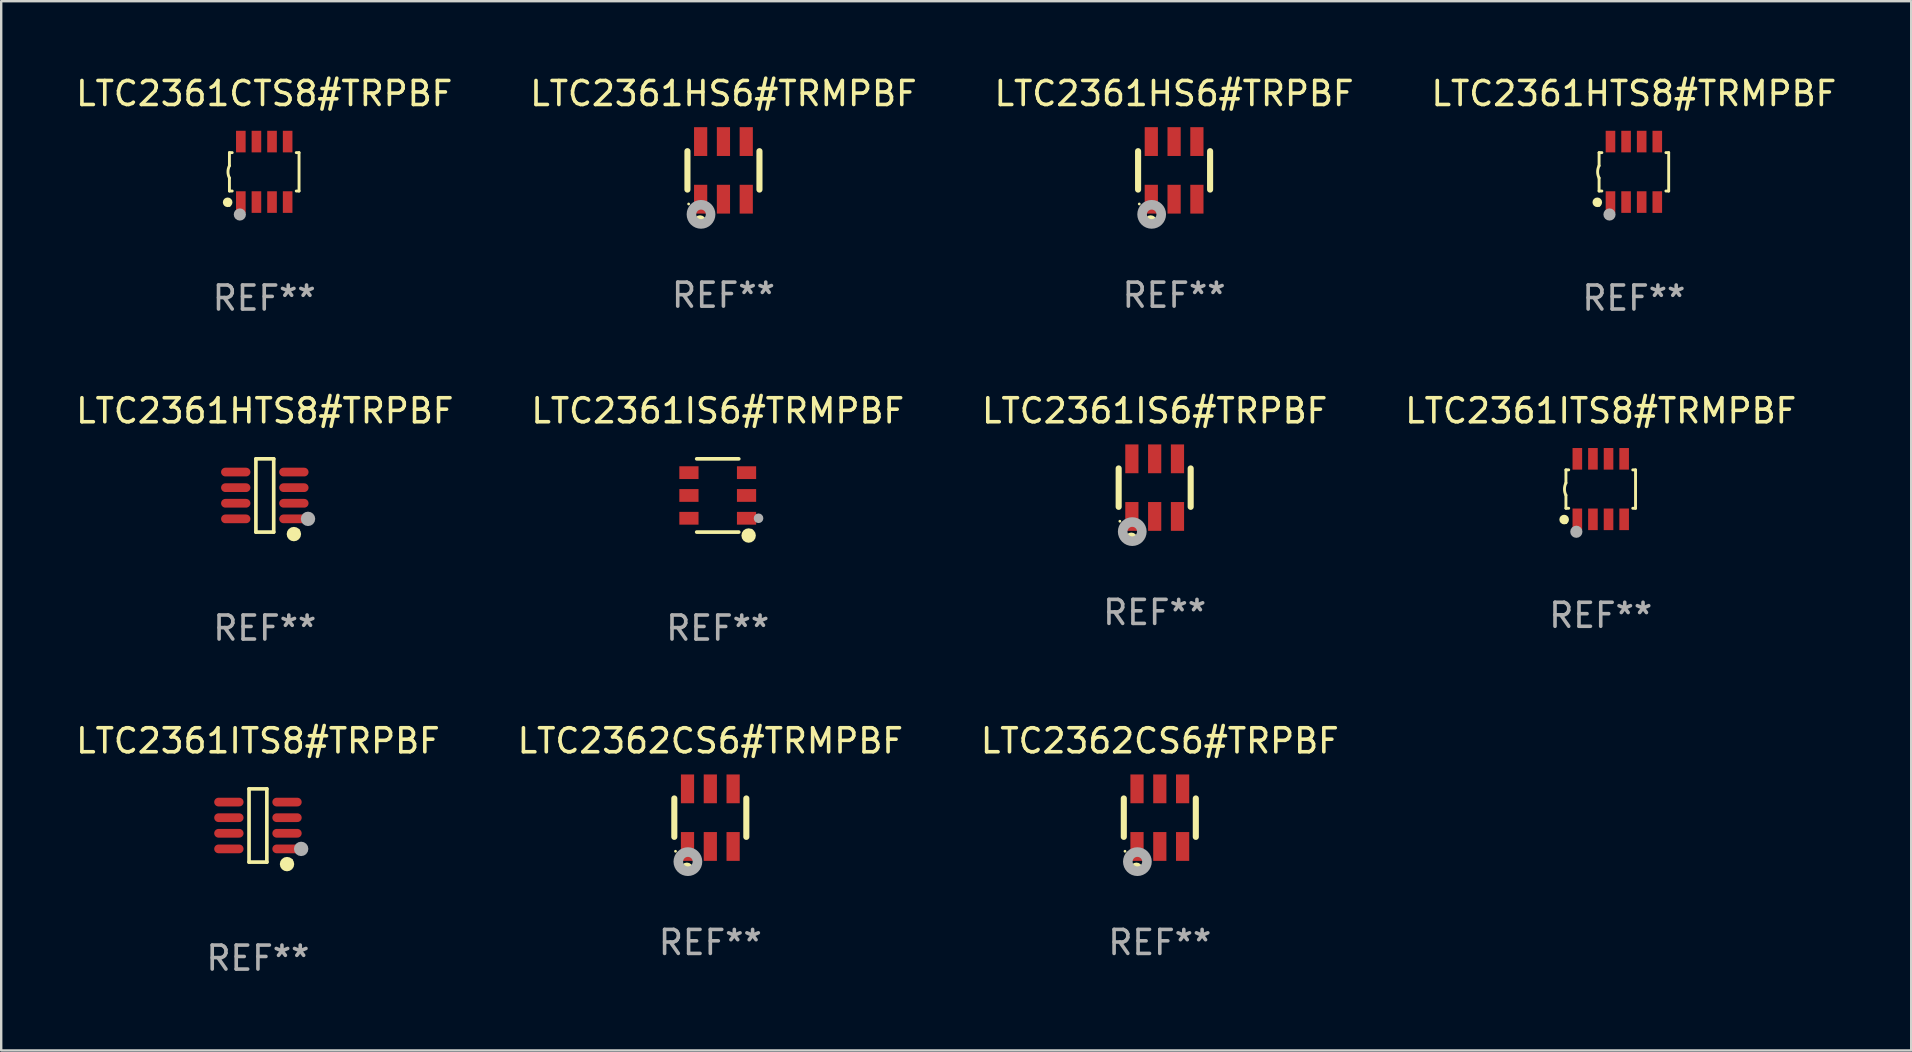
<source format=kicad_pcb>
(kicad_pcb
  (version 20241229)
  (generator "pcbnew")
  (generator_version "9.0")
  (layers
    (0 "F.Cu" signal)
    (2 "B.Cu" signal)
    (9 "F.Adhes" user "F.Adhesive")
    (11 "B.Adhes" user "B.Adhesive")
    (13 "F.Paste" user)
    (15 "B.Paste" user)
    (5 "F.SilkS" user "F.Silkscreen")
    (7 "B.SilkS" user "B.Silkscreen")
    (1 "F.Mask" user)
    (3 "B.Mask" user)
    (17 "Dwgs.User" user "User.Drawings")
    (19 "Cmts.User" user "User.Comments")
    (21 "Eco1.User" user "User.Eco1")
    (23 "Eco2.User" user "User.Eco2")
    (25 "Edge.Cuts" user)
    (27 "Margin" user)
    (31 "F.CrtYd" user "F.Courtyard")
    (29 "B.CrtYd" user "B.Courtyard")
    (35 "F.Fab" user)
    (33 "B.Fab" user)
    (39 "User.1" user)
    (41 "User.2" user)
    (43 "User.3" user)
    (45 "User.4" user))
  (footprint "LTC2361IS6#TRPBF"
    (layer "F.Cu")
    (at 45.054 17.265)
    (property "Reference" "LTC2361IS6#TRPBF" (at 0 -3.2 0) (layer "F.SilkS") (effects (font (size 1 1) (thickness 0.15))))
    (attr through_hole)
    (fp_line (start -1.5 0.8) (end -1.5 -0.8) (stroke (width 0.254) (type solid)) (layer "F.SilkS"))
    (fp_line (start 1.5 -0.8) (end 1.5 0.8) (stroke (width 0.254) (type solid)) (layer "F.SilkS"))
    (fp_circle (center -1.45 1.4) (end -1.42 1.4) (stroke (width 0.06) (type solid)) (fill no) (layer "F.SilkS"))
    (fp_circle (center -0.975 2.125) (end -0.848 2.125) (stroke (width 0.254) (type solid)) (fill no) (layer "F.SilkS"))
    (fp_circle (center -0.934 1.832) (end -0.735 1.832) (stroke (width 0.4) (type solid)) (fill no) (layer "F.Fab"))
    (fp_text user "REF**" (at 0 5.2 0) (layer "F.Fab") (effects (font (size 1 1) (thickness 0.15))))
    (pad "1" smd rect (at -0.95 1.2) (size 0.55 1.2) (layers "F.Cu" "F.Mask" "F.Paste"))
    (pad "2" smd rect (at 0 1.2) (size 0.55 1.2) (layers "F.Cu" "F.Mask" "F.Paste"))
    (pad "3" smd rect (at 0.95 1.2) (size 0.55 1.2) (layers "F.Cu" "F.Mask" "F.Paste"))
    (pad "4" smd rect (at 0.95 -1.2) (size 0.55 1.2) (layers "F.Cu" "F.Mask" "F.Paste"))
    (pad "5" smd rect (at 0 -1.2) (size 0.55 1.2) (layers "F.Cu" "F.Mask" "F.Paste"))
    (pad "6" smd rect (at -0.95 -1.2) (size 0.55 1.2) (layers "F.Cu" "F.Mask" "F.Paste")))
  (footprint "LTC2361HS6#TRPBF"
    (layer "F.Cu")
    (at 45.863 4.048)
    (property "Reference" "LTC2361HS6#TRPBF" (at 0 -3.2 0) (layer "F.SilkS") (effects (font (size 1 1) (thickness 0.15))))
    (attr through_hole)
    (fp_line (start -1.5 0.8) (end -1.5 -0.8) (stroke (width 0.254) (type solid)) (layer "F.SilkS"))
    (fp_line (start 1.5 -0.8) (end 1.5 0.8) (stroke (width 0.254) (type solid)) (layer "F.SilkS"))
    (fp_circle (center -1.45 1.4) (end -1.42 1.4) (stroke (width 0.06) (type solid)) (fill no) (layer "F.SilkS"))
    (fp_circle (center -0.975 2.125) (end -0.848 2.125) (stroke (width 0.254) (type solid)) (fill no) (layer "F.SilkS"))
    (fp_circle (center -0.934 1.832) (end -0.735 1.832) (stroke (width 0.4) (type solid)) (fill no) (layer "F.Fab"))
    (fp_text user "REF**" (at 0 5.2 0) (layer "F.Fab") (effects (font (size 1 1) (thickness 0.15))))
    (pad "1" smd rect (at -0.95 1.2) (size 0.55 1.2) (layers "F.Cu" "F.Mask" "F.Paste"))
    (pad "2" smd rect (at 0 1.2) (size 0.55 1.2) (layers "F.Cu" "F.Mask" "F.Paste"))
    (pad "3" smd rect (at 0.95 1.2) (size 0.55 1.2) (layers "F.Cu" "F.Mask" "F.Paste"))
    (pad "4" smd rect (at 0.95 -1.2) (size 0.55 1.2) (layers "F.Cu" "F.Mask" "F.Paste"))
    (pad "5" smd rect (at 0 -1.2) (size 0.55 1.2) (layers "F.Cu" "F.Mask" "F.Paste"))
    (pad "6" smd rect (at -0.95 -1.2) (size 0.55 1.2) (layers "F.Cu" "F.Mask" "F.Paste")))
  (footprint "LTC2362CS6#TRMPBF"
    (layer "F.Cu")
    (at 26.542 31.014)
    (property "Reference" "LTC2362CS6#TRMPBF" (at 0 -3.2 0) (layer "F.SilkS") (effects (font (size 1 1) (thickness 0.15))))
    (attr through_hole)
    (fp_line (start -1.5 0.8) (end -1.5 -0.8) (stroke (width 0.254) (type solid)) (layer "F.SilkS"))
    (fp_line (start 1.5 -0.8) (end 1.5 0.8) (stroke (width 0.254) (type solid)) (layer "F.SilkS"))
    (fp_circle (center -1.45 1.4) (end -1.42 1.4) (stroke (width 0.06) (type solid)) (fill no) (layer "F.SilkS"))
    (fp_circle (center -0.975 2.125) (end -0.848 2.125) (stroke (width 0.254) (type solid)) (fill no) (layer "F.SilkS"))
    (fp_circle (center -0.934 1.832) (end -0.735 1.832) (stroke (width 0.4) (type solid)) (fill no) (layer "F.Fab"))
    (fp_text user "REF**" (at 0 5.2 0) (layer "F.Fab") (effects (font (size 1 1) (thickness 0.15))))
    (pad "1" smd rect (at -0.95 1.2) (size 0.55 1.2) (layers "F.Cu" "F.Mask" "F.Paste"))
    (pad "2" smd rect (at 0 1.2) (size 0.55 1.2) (layers "F.Cu" "F.Mask" "F.Paste"))
    (pad "3" smd rect (at 0.95 1.2) (size 0.55 1.2) (layers "F.Cu" "F.Mask" "F.Paste"))
    (pad "4" smd rect (at 0.95 -1.2) (size 0.55 1.2) (layers "F.Cu" "F.Mask" "F.Paste"))
    (pad "5" smd rect (at 0 -1.2) (size 0.55 1.2) (layers "F.Cu" "F.Mask" "F.Paste"))
    (pad "6" smd rect (at -0.95 -1.2) (size 0.55 1.2) (layers "F.Cu" "F.Mask" "F.Paste")))
  (footprint "LTC2361ITS8#TRPBF"
    (layer "F.Cu")
    (at 7.696 31.34)
    (property "Reference" "LTC2361ITS8#TRPBF" (at 0 -3.526 0) (layer "F.SilkS") (effects (font (size 1 1) (thickness 0.15))))
    (attr through_hole)
    (fp_line (start -0.371 -1.526) (end 0.371 -1.526) (stroke (width 0.152) (type solid)) (layer "F.SilkS"))
    (fp_line (start -0.371 1.526) (end -0.371 -1.526) (stroke (width 0.152) (type solid)) (layer "F.SilkS"))
    (fp_line (start 0.371 -1.526) (end 0.371 1.526) (stroke (width 0.152) (type solid)) (layer "F.SilkS"))
    (fp_line (start 0.371 1.526) (end -0.371 1.526) (stroke (width 0.152) (type solid)) (layer "F.SilkS"))
    (fp_circle (center 1.211 1.609) (end 1.361 1.609) (stroke (width 0.3) (type solid)) (fill no) (layer "F.SilkS"))
    (fp_circle (center 1.4 1.45) (end 1.43 1.45) (stroke (width 0.06) (type solid)) (fill no) (layer "F.SilkS"))
    (fp_circle (center 1.8 0.975) (end 1.95 0.975) (stroke (width 0.3) (type solid)) (fill no) (layer "F.Fab"))
    (fp_text user "REF**" (at 0 5.526 0) (layer "F.Fab") (effects (font (size 1 1) (thickness 0.15))))
    (pad "1" smd oval (at 1.211 0.975) (size 1.222 0.364) (layers "F.Cu" "F.Mask" "F.Paste"))
    (pad "2" smd oval (at 1.211 0.325) (size 1.222 0.364) (layers "F.Cu" "F.Mask" "F.Paste"))
    (pad "3" smd oval (at 1.211 -0.325) (size 1.222 0.364) (layers "F.Cu" "F.Mask" "F.Paste"))
    (pad "4" smd oval (at 1.211 -0.975) (size 1.222 0.364) (layers "F.Cu" "F.Mask" "F.Paste"))
    (pad "5" smd oval (at -1.211 -0.975) (size 1.222 0.364) (layers "F.Cu" "F.Mask" "F.Paste"))
    (pad "6" smd oval (at -1.211 -0.325) (size 1.222 0.364) (layers "F.Cu" "F.Mask" "F.Paste"))
    (pad "7" smd oval (at -1.211 0.325) (size 1.222 0.364) (layers "F.Cu" "F.Mask" "F.Paste"))
    (pad "8" smd oval (at -1.211 0.975) (size 1.222 0.364) (layers "F.Cu" "F.Mask" "F.Paste")))
  (footprint "LTC2362CS6#TRPBF"
    (layer "F.Cu")
    (at 45.268 31.014)
    (property "Reference" "LTC2362CS6#TRPBF" (at 0 -3.2 0) (layer "F.SilkS") (effects (font (size 1 1) (thickness 0.15))))
    (attr through_hole)
    (fp_line (start -1.5 0.8) (end -1.5 -0.8) (stroke (width 0.254) (type solid)) (layer "F.SilkS"))
    (fp_line (start 1.5 -0.8) (end 1.5 0.8) (stroke (width 0.254) (type solid)) (layer "F.SilkS"))
    (fp_circle (center -1.45 1.4) (end -1.42 1.4) (stroke (width 0.06) (type solid)) (fill no) (layer "F.SilkS"))
    (fp_circle (center -0.975 2.125) (end -0.848 2.125) (stroke (width 0.254) (type solid)) (fill no) (layer "F.SilkS"))
    (fp_circle (center -0.934 1.832) (end -0.735 1.832) (stroke (width 0.4) (type solid)) (fill no) (layer "F.Fab"))
    (fp_text user "REF**" (at 0 5.2 0) (layer "F.Fab") (effects (font (size 1 1) (thickness 0.15))))
    (pad "1" smd rect (at -0.95 1.2) (size 0.55 1.2) (layers "F.Cu" "F.Mask" "F.Paste"))
    (pad "2" smd rect (at 0 1.2) (size 0.55 1.2) (layers "F.Cu" "F.Mask" "F.Paste"))
    (pad "3" smd rect (at 0.95 1.2) (size 0.55 1.2) (layers "F.Cu" "F.Mask" "F.Paste"))
    (pad "4" smd rect (at 0.95 -1.2) (size 0.55 1.2) (layers "F.Cu" "F.Mask" "F.Paste"))
    (pad "5" smd rect (at 0 -1.2) (size 0.55 1.2) (layers "F.Cu" "F.Mask" "F.Paste"))
    (pad "6" smd rect (at -0.95 -1.2) (size 0.55 1.2) (layers "F.Cu" "F.Mask" "F.Paste")))
  (footprint "LTC2361IS6#TRMPBF"
    (layer "F.Cu")
    (at 26.851 17.591)
    (property "Reference" "LTC2361IS6#TRMPBF" (at 0 -3.526 0) (layer "F.SilkS") (effects (font (size 1 1) (thickness 0.15))))
    (attr through_hole)
    (fp_line (start 0.876 -1.526) (end -0.876 -1.526) (stroke (width 0.152) (type solid)) (layer "F.SilkS"))
    (fp_line (start 0.876 1.526) (end -0.876 1.526) (stroke (width 0.152) (type solid)) (layer "F.SilkS"))
    (fp_circle (center 1.287 1.669) (end 1.438 1.669) (stroke (width 0.3) (type solid)) (fill no) (layer "F.SilkS"))
    (fp_circle (center 1.4 1.45) (end 1.43 1.45) (stroke (width 0.06) (type solid)) (fill no) (layer "F.SilkS"))
    (fp_circle (center 1.7 0.95) (end 1.8 0.95) (stroke (width 0.2) (type solid)) (fill no) (layer "F.Fab"))
    (fp_text user "REF**" (at 0 5.526 0) (layer "F.Fab") (effects (font (size 1 1) (thickness 0.15))))
    (pad "1" smd rect (at 1.2 0.95) (size 0.8 0.532) (layers "F.Cu" "F.Mask" "F.Paste"))
    (pad "2" smd rect (at 1.2 0) (size 0.8 0.532) (layers "F.Cu" "F.Mask" "F.Paste"))
    (pad "3" smd rect (at 1.2 -0.95) (size 0.8 0.532) (layers "F.Cu" "F.Mask" "F.Paste"))
    (pad "4" smd rect (at -1.2 -0.95) (size 0.8 0.532) (layers "F.Cu" "F.Mask" "F.Paste"))
    (pad "5" smd rect (at -1.2 0) (size 0.8 0.532) (layers "F.Cu" "F.Mask" "F.Paste"))
    (pad "6" smd rect (at -1.2 0.95) (size 0.8 0.532) (layers "F.Cu" "F.Mask" "F.Paste")))
  (footprint "LTC2361ITS8#TRMPBF"
    (layer "F.Cu")
    (at 63.637 17.325)
    (property "Reference" "LTC2361ITS8#TRMPBF" (at 0 -3.26 0) (layer "F.SilkS") (effects (font (size 1 1) (thickness 0.15))))
    (attr through_hole)
    (fp_line (start -1.45 -0.8) (end -1.45 -0.254) (stroke (width 0.12) (type solid)) (layer "F.SilkS"))
    (fp_line (start -1.45 -0.8) (end -1.334 -0.8) (stroke (width 0.12) (type solid)) (layer "F.SilkS"))
    (fp_line (start -1.45 0.8) (end -1.45 0.254) (stroke (width 0.12) (type solid)) (layer "F.SilkS"))
    (fp_line (start -1.45 0.8) (end -1.334 0.8) (stroke (width 0.12) (type solid)) (layer "F.SilkS"))
    (fp_line (start 1.334 -0.8) (end 1.45 -0.8) (stroke (width 0.12) (type solid)) (layer "F.SilkS"))
    (fp_line (start 1.334 0.8) (end 1.45 0.8) (stroke (width 0.12) (type solid)) (layer "F.SilkS"))
    (fp_line (start 1.45 0.8) (end 1.45 -0.8) (stroke (width 0.12) (type solid)) (layer "F.SilkS"))
    (fp_arc (start -1.45075 0.255144) (mid -1.510605 0.000434) (end -1.450013 -0.254102) (stroke (width 0.11999) (type solid)) (layer "F.SilkS"))
    (fp_circle (center -1.524 1.27) (end -1.424 1.27) (stroke (width 0.2) (type solid)) (fill no) (layer "F.SilkS"))
    (fp_circle (center -1.45 1.4) (end -1.42 1.4) (stroke (width 0.06) (type solid)) (fill no) (layer "F.SilkS"))
    (fp_circle (center -1.016 1.778) (end -0.889 1.778) (stroke (width 0.254) (type solid)) (fill no) (layer "F.Fab"))
    (fp_text user "REF**" (at 0 5.26 0) (layer "F.Fab") (effects (font (size 1 1) (thickness 0.15))))
    (pad "1" smd rect (at -0.975 1.26) (size 0.4 0.9) (layers "F.Cu" "F.Mask" "F.Paste"))
    (pad "2" smd rect (at -0.325 1.26) (size 0.4 0.9) (layers "F.Cu" "F.Mask" "F.Paste"))
    (pad "3" smd rect (at 0.325 1.26) (size 0.4 0.9) (layers "F.Cu" "F.Mask" "F.Paste"))
    (pad "4" smd rect (at 0.975 1.26) (size 0.4 0.9) (layers "F.Cu" "F.Mask" "F.Paste"))
    (pad "5" smd rect (at 0.975 -1.26) (size 0.4 0.9) (layers "F.Cu" "F.Mask" "F.Paste"))
    (pad "6" smd rect (at 0.325 -1.26) (size 0.4 0.9) (layers "F.Cu" "F.Mask" "F.Paste"))
    (pad "7" smd rect (at -0.325 -1.26) (size 0.4 0.9) (layers "F.Cu" "F.Mask" "F.Paste"))
    (pad "8" smd rect (at -0.975 -1.26) (size 0.4 0.9) (layers "F.Cu" "F.Mask" "F.Paste")))
  (footprint "LTC2361CTS8#TRPBF"
    (layer "F.Cu")
    (at 7.958 4.108)
    (property "Reference" "LTC2361CTS8#TRPBF" (at 0 -3.26 0) (layer "F.SilkS") (effects (font (size 1 1) (thickness 0.15))))
    (attr through_hole)
    (fp_line (start -1.45 -0.8) (end -1.45 -0.254) (stroke (width 0.12) (type solid)) (layer "F.SilkS"))
    (fp_line (start -1.45 -0.8) (end -1.334 -0.8) (stroke (width 0.12) (type solid)) (layer "F.SilkS"))
    (fp_line (start -1.45 0.8) (end -1.45 0.254) (stroke (width 0.12) (type solid)) (layer "F.SilkS"))
    (fp_line (start -1.45 0.8) (end -1.334 0.8) (stroke (width 0.12) (type solid)) (layer "F.SilkS"))
    (fp_line (start 1.334 -0.8) (end 1.45 -0.8) (stroke (width 0.12) (type solid)) (layer "F.SilkS"))
    (fp_line (start 1.334 0.8) (end 1.45 0.8) (stroke (width 0.12) (type solid)) (layer "F.SilkS"))
    (fp_line (start 1.45 0.8) (end 1.45 -0.8) (stroke (width 0.12) (type solid)) (layer "F.SilkS"))
    (fp_arc (start -1.45075 0.255144) (mid -1.510605 0.000434) (end -1.450013 -0.254102) (stroke (width 0.11999) (type solid)) (layer "F.SilkS"))
    (fp_circle (center -1.524 1.27) (end -1.424 1.27) (stroke (width 0.2) (type solid)) (fill no) (layer "F.SilkS"))
    (fp_circle (center -1.45 1.4) (end -1.42 1.4) (stroke (width 0.06) (type solid)) (fill no) (layer "F.SilkS"))
    (fp_circle (center -1.016 1.778) (end -0.889 1.778) (stroke (width 0.254) (type solid)) (fill no) (layer "F.Fab"))
    (fp_text user "REF**" (at 0 5.26 0) (layer "F.Fab") (effects (font (size 1 1) (thickness 0.15))))
    (pad "1" smd rect (at -0.975 1.26) (size 0.4 0.9) (layers "F.Cu" "F.Mask" "F.Paste"))
    (pad "2" smd rect (at -0.325 1.26) (size 0.4 0.9) (layers "F.Cu" "F.Mask" "F.Paste"))
    (pad "3" smd rect (at 0.325 1.26) (size 0.4 0.9) (layers "F.Cu" "F.Mask" "F.Paste"))
    (pad "4" smd rect (at 0.975 1.26) (size 0.4 0.9) (layers "F.Cu" "F.Mask" "F.Paste"))
    (pad "5" smd rect (at 0.975 -1.26) (size 0.4 0.9) (layers "F.Cu" "F.Mask" "F.Paste"))
    (pad "6" smd rect (at 0.325 -1.26) (size 0.4 0.9) (layers "F.Cu" "F.Mask" "F.Paste"))
    (pad "7" smd rect (at -0.325 -1.26) (size 0.4 0.9) (layers "F.Cu" "F.Mask" "F.Paste"))
    (pad "8" smd rect (at -0.975 -1.26) (size 0.4 0.9) (layers "F.Cu" "F.Mask" "F.Paste")))
  (footprint "LTC2361HTS8#TRMPBF"
    (layer "F.Cu")
    (at 65.018 4.108)
    (property "Reference" "LTC2361HTS8#TRMPBF" (at 0 -3.26 0) (layer "F.SilkS") (effects (font (size 1 1) (thickness 0.15))))
    (attr through_hole)
    (fp_line (start -1.45 -0.8) (end -1.45 -0.254) (stroke (width 0.12) (type solid)) (layer "F.SilkS"))
    (fp_line (start -1.45 -0.8) (end -1.334 -0.8) (stroke (width 0.12) (type solid)) (layer "F.SilkS"))
    (fp_line (start -1.45 0.8) (end -1.45 0.254) (stroke (width 0.12) (type solid)) (layer "F.SilkS"))
    (fp_line (start -1.45 0.8) (end -1.334 0.8) (stroke (width 0.12) (type solid)) (layer "F.SilkS"))
    (fp_line (start 1.334 -0.8) (end 1.45 -0.8) (stroke (width 0.12) (type solid)) (layer "F.SilkS"))
    (fp_line (start 1.334 0.8) (end 1.45 0.8) (stroke (width 0.12) (type solid)) (layer "F.SilkS"))
    (fp_line (start 1.45 0.8) (end 1.45 -0.8) (stroke (width 0.12) (type solid)) (layer "F.SilkS"))
    (fp_arc (start -1.45075 0.255144) (mid -1.510605 0.000434) (end -1.450013 -0.254102) (stroke (width 0.11999) (type solid)) (layer "F.SilkS"))
    (fp_circle (center -1.524 1.27) (end -1.424 1.27) (stroke (width 0.2) (type solid)) (fill no) (layer "F.SilkS"))
    (fp_circle (center -1.45 1.4) (end -1.42 1.4) (stroke (width 0.06) (type solid)) (fill no) (layer "F.SilkS"))
    (fp_circle (center -1.016 1.778) (end -0.889 1.778) (stroke (width 0.254) (type solid)) (fill no) (layer "F.Fab"))
    (fp_text user "REF**" (at 0 5.26 0) (layer "F.Fab") (effects (font (size 1 1) (thickness 0.15))))
    (pad "1" smd rect (at -0.975 1.26) (size 0.4 0.9) (layers "F.Cu" "F.Mask" "F.Paste"))
    (pad "2" smd rect (at -0.325 1.26) (size 0.4 0.9) (layers "F.Cu" "F.Mask" "F.Paste"))
    (pad "3" smd rect (at 0.325 1.26) (size 0.4 0.9) (layers "F.Cu" "F.Mask" "F.Paste"))
    (pad "4" smd rect (at 0.975 1.26) (size 0.4 0.9) (layers "F.Cu" "F.Mask" "F.Paste"))
    (pad "5" smd rect (at 0.975 -1.26) (size 0.4 0.9) (layers "F.Cu" "F.Mask" "F.Paste"))
    (pad "6" smd rect (at 0.325 -1.26) (size 0.4 0.9) (layers "F.Cu" "F.Mask" "F.Paste"))
    (pad "7" smd rect (at -0.325 -1.26) (size 0.4 0.9) (layers "F.Cu" "F.Mask" "F.Paste"))
    (pad "8" smd rect (at -0.975 -1.26) (size 0.4 0.9) (layers "F.Cu" "F.Mask" "F.Paste")))
  (footprint "LTC2361HTS8#TRPBF"
    (layer "F.Cu")
    (at 7.982 17.591)
    (property "Reference" "LTC2361HTS8#TRPBF" (at 0 -3.526 0) (layer "F.SilkS") (effects (font (size 1 1) (thickness 0.15))))
    (attr through_hole)
    (fp_line (start -0.371 -1.526) (end 0.371 -1.526) (stroke (width 0.152) (type solid)) (layer "F.SilkS"))
    (fp_line (start -0.371 1.526) (end -0.371 -1.526) (stroke (width 0.152) (type solid)) (layer "F.SilkS"))
    (fp_line (start 0.371 -1.526) (end 0.371 1.526) (stroke (width 0.152) (type solid)) (layer "F.SilkS"))
    (fp_line (start 0.371 1.526) (end -0.371 1.526) (stroke (width 0.152) (type solid)) (layer "F.SilkS"))
    (fp_circle (center 1.211 1.609) (end 1.361 1.609) (stroke (width 0.3) (type solid)) (fill no) (layer "F.SilkS"))
    (fp_circle (center 1.4 1.45) (end 1.43 1.45) (stroke (width 0.06) (type solid)) (fill no) (layer "F.SilkS"))
    (fp_circle (center 1.8 0.975) (end 1.95 0.975) (stroke (width 0.3) (type solid)) (fill no) (layer "F.Fab"))
    (fp_text user "REF**" (at 0 5.526 0) (layer "F.Fab") (effects (font (size 1 1) (thickness 0.15))))
    (pad "1" smd oval (at 1.211 0.975) (size 1.222 0.364) (layers "F.Cu" "F.Mask" "F.Paste"))
    (pad "2" smd oval (at 1.211 0.325) (size 1.222 0.364) (layers "F.Cu" "F.Mask" "F.Paste"))
    (pad "3" smd oval (at 1.211 -0.325) (size 1.222 0.364) (layers "F.Cu" "F.Mask" "F.Paste"))
    (pad "4" smd oval (at 1.211 -0.975) (size 1.222 0.364) (layers "F.Cu" "F.Mask" "F.Paste"))
    (pad "5" smd oval (at -1.211 -0.975) (size 1.222 0.364) (layers "F.Cu" "F.Mask" "F.Paste"))
    (pad "6" smd oval (at -1.211 -0.325) (size 1.222 0.364) (layers "F.Cu" "F.Mask" "F.Paste"))
    (pad "7" smd oval (at -1.211 0.325) (size 1.222 0.364) (layers "F.Cu" "F.Mask" "F.Paste"))
    (pad "8" smd oval (at -1.211 0.975) (size 1.222 0.364) (layers "F.Cu" "F.Mask" "F.Paste")))
  (footprint "LTC2361HS6#TRMPBF"
    (layer "F.Cu")
    (at 27.089 4.048)
    (property "Reference" "LTC2361HS6#TRMPBF" (at 0 -3.2 0) (layer "F.SilkS") (effects (font (size 1 1) (thickness 0.15))))
    (attr through_hole)
    (fp_line (start -1.5 0.8) (end -1.5 -0.8) (stroke (width 0.254) (type solid)) (layer "F.SilkS"))
    (fp_line (start 1.5 -0.8) (end 1.5 0.8) (stroke (width 0.254) (type solid)) (layer "F.SilkS"))
    (fp_circle (center -1.45 1.4) (end -1.42 1.4) (stroke (width 0.06) (type solid)) (fill no) (layer "F.SilkS"))
    (fp_circle (center -0.975 2.125) (end -0.848 2.125) (stroke (width 0.254) (type solid)) (fill no) (layer "F.SilkS"))
    (fp_circle (center -0.934 1.832) (end -0.735 1.832) (stroke (width 0.4) (type solid)) (fill no) (layer "F.Fab"))
    (fp_text user "REF**" (at 0 5.2 0) (layer "F.Fab") (effects (font (size 1 1) (thickness 0.15))))
    (pad "1" smd rect (at -0.95 1.2) (size 0.55 1.2) (layers "F.Cu" "F.Mask" "F.Paste"))
    (pad "2" smd rect (at 0 1.2) (size 0.55 1.2) (layers "F.Cu" "F.Mask" "F.Paste"))
    (pad "3" smd rect (at 0.95 1.2) (size 0.55 1.2) (layers "F.Cu" "F.Mask" "F.Paste"))
    (pad "4" smd rect (at 0.95 -1.2) (size 0.55 1.2) (layers "F.Cu" "F.Mask" "F.Paste"))
    (pad "5" smd rect (at 0 -1.2) (size 0.55 1.2) (layers "F.Cu" "F.Mask" "F.Paste"))
    (pad "6" smd rect (at -0.95 -1.2) (size 0.55 1.2) (layers "F.Cu" "F.Mask" "F.Paste")))
  (gr_rect
    (start -3 -3)
    (end 76.571 40.714)
    (stroke (width 0.1) (type default))
    (fill no)
    (layer "Edge.Cuts")))
</source>
